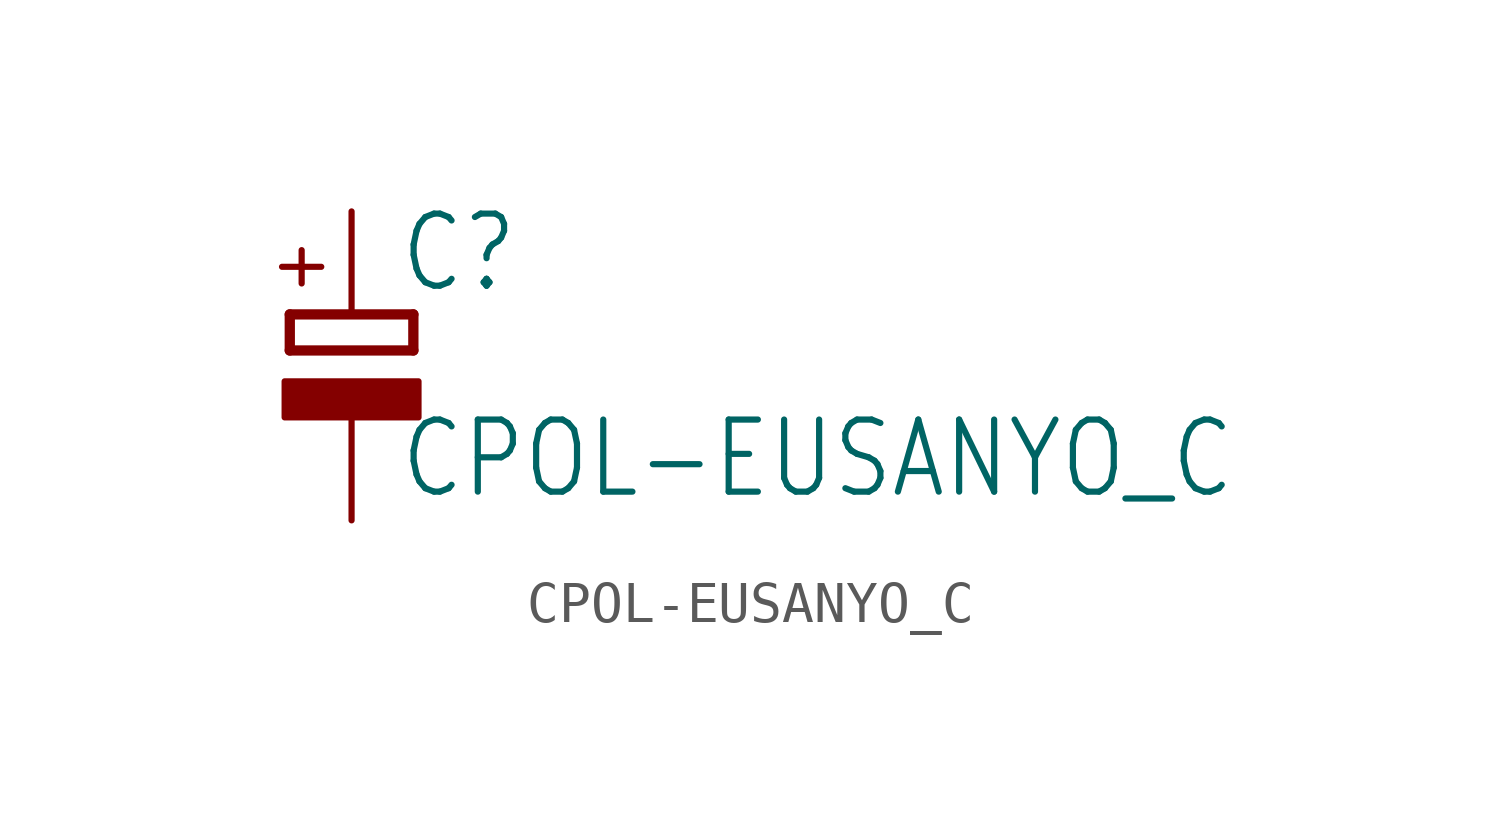
<source format=kicad_sym>
(kicad_symbol_lib
  (version 20220331)
  (generator kicad_symbol_editor)
  (symbol "CPOL-EUSANYO_C"
    (property "Reference" "C"
      (at 1.143 0.483 0)
      (effects (font (size 1.778 1.511)) (justify left bottom)))
    (property "Value" "CPOL-EUSANYO_C"
      (at 1.143 -4.597 0)
      (effects (font (size 1.778 1.511)) (justify left bottom)))
    (property "ki_locked" ""
      (at 0 0 0)
      (effects (font (size 1.27 1.27))))
    (symbol "CPOL-EUSANYO_C_1_0"
      (rectangle (start -1.651 -2.54) (end 1.651 -1.651) (stroke (width 0) (type default)) (fill (type outline)))
      (polyline (pts (xy -1.524 -0.889) (xy 1.524 -0.889)) (stroke (width 0.254) (type solid)) (fill (type none)))
      (polyline (pts (xy -1.524 0) (xy -1.524 -0.889)) (stroke (width 0.254) (type solid)) (fill (type none)))
      (polyline (pts (xy -1.524 0) (xy 1.524 0)) (stroke (width 0.254) (type solid)) (fill (type none)))
      (polyline (pts (xy 1.524 -0.889) (xy 1.524 0)) (stroke (width 0.254) (type solid)) (fill (type none)))
      (text "+" (at -0.584 0.406 900) (effects (font (size 1.27 1.079)) (justify left bottom)))
      (pin passive line (at 0 2.54 270) (length 2.54) (name "+" (effects (font (size 0 0)))) (number "+" (effects (font (size 0 0)))))
      (pin passive line (at 0 -5.08 90) (length 2.54) (name "-" (effects (font (size 0 0)))) (number "-" (effects (font (size 0 0))))))))
</source>
